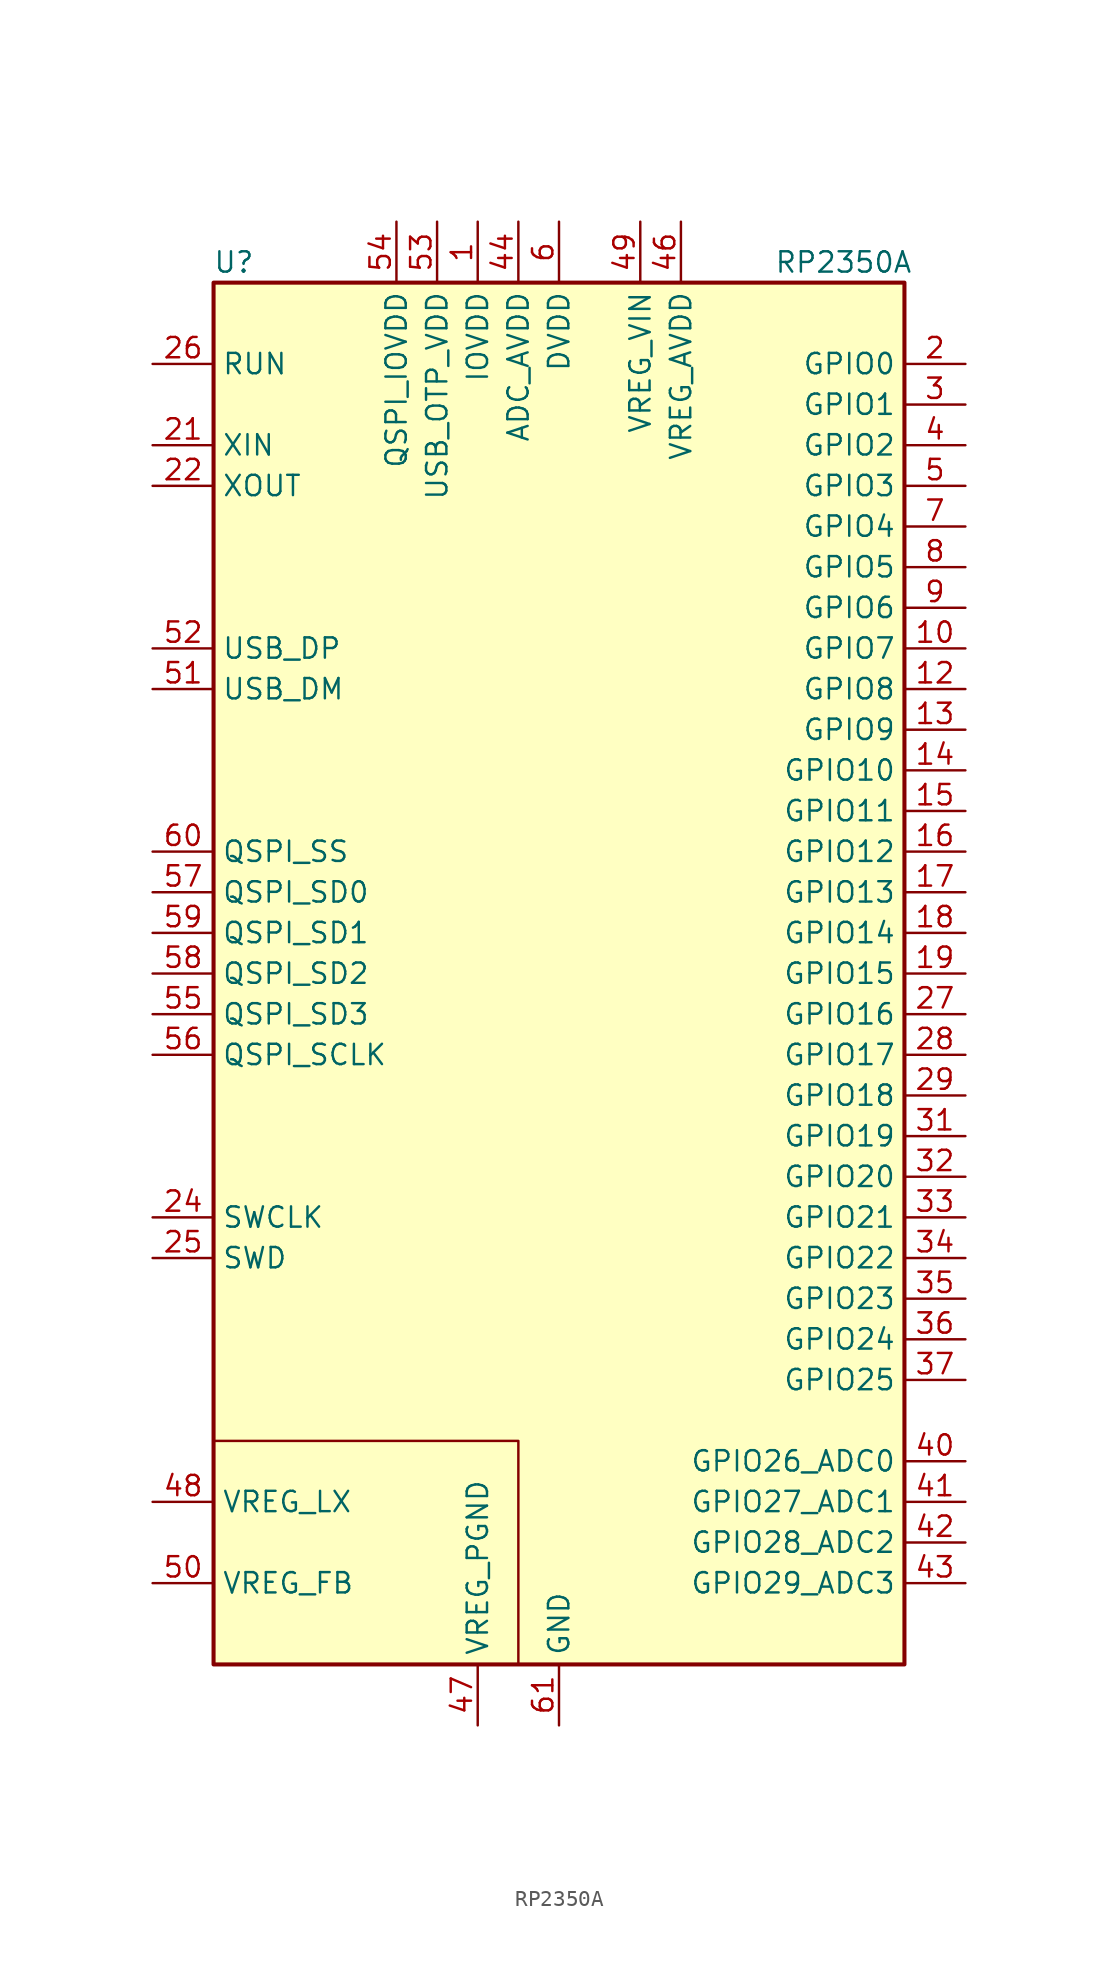
<source format=kicad_sym>
(kicad_symbol_lib
  (version 20241209)
  (generator "kicad_symbol_editor")
  (generator_version "9.0")
  (symbol "RP2350A"
    (property "Reference" "U"
      (at -20.32 44.45 0)
      (effects (font (size 1.27 1.27))))
    (property "Value" "RP2350A"
      (at 17.78 44.45 0)
      (effects (font (size 1.27 1.27))))
    (symbol "RP2350A_0_1"
      (rectangle (start -21.59 43.18) (end 21.59 -43.18) (stroke (width 0.254) (type default)) (fill (type background)))
      (polyline (pts (xy -21.59 -29.21) (xy -2.54 -29.21) (xy -2.54 -43.18)) (stroke (width 0) (type default)) (fill (type none))))
    (symbol "RP2350A_1_1"
      (pin input line (at -25.4 38.1 0) (length 3.81) (name "RUN" (effects (font (size 1.27 1.27)))) (number "26" (effects (font (size 1.27 1.27)))))
      (pin input line (at -25.4 33.02 0) (length 3.81) (name "XIN" (effects (font (size 1.27 1.27)))) (number "21" (effects (font (size 1.27 1.27)))))
      (pin passive line (at -25.4 30.48 0) (length 3.81) (name "XOUT" (effects (font (size 1.27 1.27)))) (number "22" (effects (font (size 1.27 1.27)))))
      (pin bidirectional line (at -25.4 20.32 0) (length 3.81) (name "USB_DP" (effects (font (size 1.27 1.27)))) (number "52" (effects (font (size 1.27 1.27)))))
      (pin bidirectional line (at -25.4 17.78 0) (length 3.81) (name "USB_DM" (effects (font (size 1.27 1.27)))) (number "51" (effects (font (size 1.27 1.27)))))
      (pin bidirectional line (at -25.4 7.62 0) (length 3.81) (name "QSPI_SS" (effects (font (size 1.27 1.27)))) (number "60" (effects (font (size 1.27 1.27)))))
      (pin bidirectional line (at -25.4 5.08 0) (length 3.81) (name "QSPI_SD0" (effects (font (size 1.27 1.27)))) (number "57" (effects (font (size 1.27 1.27)))))
      (pin bidirectional line (at -25.4 2.54 0) (length 3.81) (name "QSPI_SD1" (effects (font (size 1.27 1.27)))) (number "59" (effects (font (size 1.27 1.27)))))
      (pin bidirectional line (at -25.4 0 0) (length 3.81) (name "QSPI_SD2" (effects (font (size 1.27 1.27)))) (number "58" (effects (font (size 1.27 1.27)))))
      (pin bidirectional line (at -25.4 -2.54 0) (length 3.81) (name "QSPI_SD3" (effects (font (size 1.27 1.27)))) (number "55" (effects (font (size 1.27 1.27)))))
      (pin output line (at -25.4 -5.08 0) (length 3.81) (name "QSPI_SCLK" (effects (font (size 1.27 1.27)))) (number "56" (effects (font (size 1.27 1.27)))))
      (pin input line (at -25.4 -15.24 0) (length 3.81) (name "SWCLK" (effects (font (size 1.27 1.27)))) (number "24" (effects (font (size 1.27 1.27)))))
      (pin bidirectional line (at -25.4 -17.78 0) (length 3.81) (name "SWD" (effects (font (size 1.27 1.27)))) (number "25" (effects (font (size 1.27 1.27)))))
      (pin output line (at -25.4 -33.02 0) (length 3.81) (name "VREG_LX" (effects (font (size 1.27 1.27)))) (number "48" (effects (font (size 1.27 1.27)))))
      (pin input line (at -25.4 -38.1 0) (length 3.81) (name "VREG_FB" (effects (font (size 1.27 1.27)))) (number "50" (effects (font (size 1.27 1.27)))))
      (pin power_in line (at -10.16 46.99 270) (length 3.81) (name "QSPI_IOVDD" (effects (font (size 1.27 1.27)))) (number "54" (effects (font (size 1.27 1.27)))))
      (pin power_in line (at -7.62 46.99 270) (length 3.81) (name "USB_OTP_VDD" (effects (font (size 1.27 1.27)))) (number "53" (effects (font (size 1.27 1.27)))))
      (pin power_in line (at -5.08 46.99 270) (length 3.81) (name "IOVDD" (effects (font (size 1.27 1.27)))) (number "1" (effects (font (size 1.27 1.27)))))
      (pin passive line (at -5.08 46.99 270) (length 3.81) (hide yes) (name "IOVDD" (effects (font (size 1.27 1.27)))) (number "11" (effects (font (size 1.27 1.27)))))
      (pin passive line (at -5.08 46.99 270) (length 3.81) (hide yes) (name "IOVDD" (effects (font (size 1.27 1.27)))) (number "20" (effects (font (size 1.27 1.27)))))
      (pin passive line (at -5.08 46.99 270) (length 3.81) (hide yes) (name "IOVDD" (effects (font (size 1.27 1.27)))) (number "30" (effects (font (size 1.27 1.27)))))
      (pin passive line (at -5.08 46.99 270) (length 3.81) (hide yes) (name "IOVDD" (effects (font (size 1.27 1.27)))) (number "38" (effects (font (size 1.27 1.27)))))
      (pin passive line (at -5.08 46.99 270) (length 3.81) (hide yes) (name "IOVDD" (effects (font (size 1.27 1.27)))) (number "45" (effects (font (size 1.27 1.27)))))
      (pin power_in line (at -5.08 -46.99 90) (length 3.81) (name "VREG_PGND" (effects (font (size 1.27 1.27)))) (number "47" (effects (font (size 1.27 1.27)))))
      (pin power_in line (at -2.54 46.99 270) (length 3.81) (name "ADC_AVDD" (effects (font (size 1.27 1.27)))) (number "44" (effects (font (size 1.27 1.27)))))
      (pin passive line (at 0 46.99 270) (length 3.81) (hide yes) (name "DVDD" (effects (font (size 1.27 1.27)))) (number "23" (effects (font (size 1.27 1.27)))))
      (pin passive line (at 0 46.99 270) (length 3.81) (hide yes) (name "DVDD" (effects (font (size 1.27 1.27)))) (number "39" (effects (font (size 1.27 1.27)))))
      (pin power_in line (at 0 46.99 270) (length 3.81) (name "DVDD" (effects (font (size 1.27 1.27)))) (number "6" (effects (font (size 1.27 1.27)))))
      (pin power_in line (at 0 -46.99 90) (length 3.81) (name "GND" (effects (font (size 1.27 1.27)))) (number "61" (effects (font (size 1.27 1.27)))))
      (pin power_in line (at 5.08 46.99 270) (length 3.81) (name "VREG_VIN" (effects (font (size 1.27 1.27)))) (number "49" (effects (font (size 1.27 1.27)))))
      (pin power_in line (at 7.62 46.99 270) (length 3.81) (name "VREG_AVDD" (effects (font (size 1.27 1.27)))) (number "46" (effects (font (size 1.27 1.27)))))
      (pin bidirectional line (at 25.4 38.1 180) (length 3.81) (name "GPIO0" (effects (font (size 1.27 1.27)))) (number "2" (effects (font (size 1.27 1.27)))))
      (pin bidirectional line (at 25.4 35.56 180) (length 3.81) (name "GPIO1" (effects (font (size 1.27 1.27)))) (number "3" (effects (font (size 1.27 1.27)))))
      (pin bidirectional line (at 25.4 33.02 180) (length 3.81) (name "GPIO2" (effects (font (size 1.27 1.27)))) (number "4" (effects (font (size 1.27 1.27)))))
      (pin bidirectional line (at 25.4 30.48 180) (length 3.81) (name "GPIO3" (effects (font (size 1.27 1.27)))) (number "5" (effects (font (size 1.27 1.27)))))
      (pin bidirectional line (at 25.4 27.94 180) (length 3.81) (name "GPIO4" (effects (font (size 1.27 1.27)))) (number "7" (effects (font (size 1.27 1.27)))))
      (pin bidirectional line (at 25.4 25.4 180) (length 3.81) (name "GPIO5" (effects (font (size 1.27 1.27)))) (number "8" (effects (font (size 1.27 1.27)))))
      (pin bidirectional line (at 25.4 22.86 180) (length 3.81) (name "GPIO6" (effects (font (size 1.27 1.27)))) (number "9" (effects (font (size 1.27 1.27)))))
      (pin bidirectional line (at 25.4 20.32 180) (length 3.81) (name "GPIO7" (effects (font (size 1.27 1.27)))) (number "10" (effects (font (size 1.27 1.27)))))
      (pin bidirectional line (at 25.4 17.78 180) (length 3.81) (name "GPIO8" (effects (font (size 1.27 1.27)))) (number "12" (effects (font (size 1.27 1.27)))))
      (pin bidirectional line (at 25.4 15.24 180) (length 3.81) (name "GPIO9" (effects (font (size 1.27 1.27)))) (number "13" (effects (font (size 1.27 1.27)))))
      (pin bidirectional line (at 25.4 12.7 180) (length 3.81) (name "GPIO10" (effects (font (size 1.27 1.27)))) (number "14" (effects (font (size 1.27 1.27)))))
      (pin bidirectional line (at 25.4 10.16 180) (length 3.81) (name "GPIO11" (effects (font (size 1.27 1.27)))) (number "15" (effects (font (size 1.27 1.27)))))
      (pin bidirectional line (at 25.4 7.62 180) (length 3.81) (name "GPIO12" (effects (font (size 1.27 1.27)))) (number "16" (effects (font (size 1.27 1.27)))))
      (pin bidirectional line (at 25.4 5.08 180) (length 3.81) (name "GPIO13" (effects (font (size 1.27 1.27)))) (number "17" (effects (font (size 1.27 1.27)))))
      (pin bidirectional line (at 25.4 2.54 180) (length 3.81) (name "GPIO14" (effects (font (size 1.27 1.27)))) (number "18" (effects (font (size 1.27 1.27)))))
      (pin bidirectional line (at 25.4 0 180) (length 3.81) (name "GPIO15" (effects (font (size 1.27 1.27)))) (number "19" (effects (font (size 1.27 1.27)))))
      (pin bidirectional line (at 25.4 -2.54 180) (length 3.81) (name "GPIO16" (effects (font (size 1.27 1.27)))) (number "27" (effects (font (size 1.27 1.27)))))
      (pin bidirectional line (at 25.4 -5.08 180) (length 3.81) (name "GPIO17" (effects (font (size 1.27 1.27)))) (number "28" (effects (font (size 1.27 1.27)))))
      (pin bidirectional line (at 25.4 -7.62 180) (length 3.81) (name "GPIO18" (effects (font (size 1.27 1.27)))) (number "29" (effects (font (size 1.27 1.27)))))
      (pin bidirectional line (at 25.4 -10.16 180) (length 3.81) (name "GPIO19" (effects (font (size 1.27 1.27)))) (number "31" (effects (font (size 1.27 1.27)))))
      (pin bidirectional line (at 25.4 -12.7 180) (length 3.81) (name "GPIO20" (effects (font (size 1.27 1.27)))) (number "32" (effects (font (size 1.27 1.27)))))
      (pin bidirectional line (at 25.4 -15.24 180) (length 3.81) (name "GPIO21" (effects (font (size 1.27 1.27)))) (number "33" (effects (font (size 1.27 1.27)))))
      (pin bidirectional line (at 25.4 -17.78 180) (length 3.81) (name "GPIO22" (effects (font (size 1.27 1.27)))) (number "34" (effects (font (size 1.27 1.27)))))
      (pin bidirectional line (at 25.4 -20.32 180) (length 3.81) (name "GPIO23" (effects (font (size 1.27 1.27)))) (number "35" (effects (font (size 1.27 1.27)))))
      (pin bidirectional line (at 25.4 -22.86 180) (length 3.81) (name "GPIO24" (effects (font (size 1.27 1.27)))) (number "36" (effects (font (size 1.27 1.27)))))
      (pin bidirectional line (at 25.4 -25.4 180) (length 3.81) (name "GPIO25" (effects (font (size 1.27 1.27)))) (number "37" (effects (font (size 1.27 1.27)))))
      (pin bidirectional line (at 25.4 -30.48 180) (length 3.81) (name "GPIO26_ADC0" (effects (font (size 1.27 1.27)))) (number "40" (effects (font (size 1.27 1.27)))))
      (pin bidirectional line (at 25.4 -33.02 180) (length 3.81) (name "GPIO27_ADC1" (effects (font (size 1.27 1.27)))) (number "41" (effects (font (size 1.27 1.27)))))
      (pin bidirectional line (at 25.4 -35.56 180) (length 3.81) (name "GPIO28_ADC2" (effects (font (size 1.27 1.27)))) (number "42" (effects (font (size 1.27 1.27)))))
      (pin bidirectional line (at 25.4 -38.1 180) (length 3.81) (name "GPIO29_ADC3" (effects (font (size 1.27 1.27)))) (number "43" (effects (font (size 1.27 1.27))))))))
</source>
